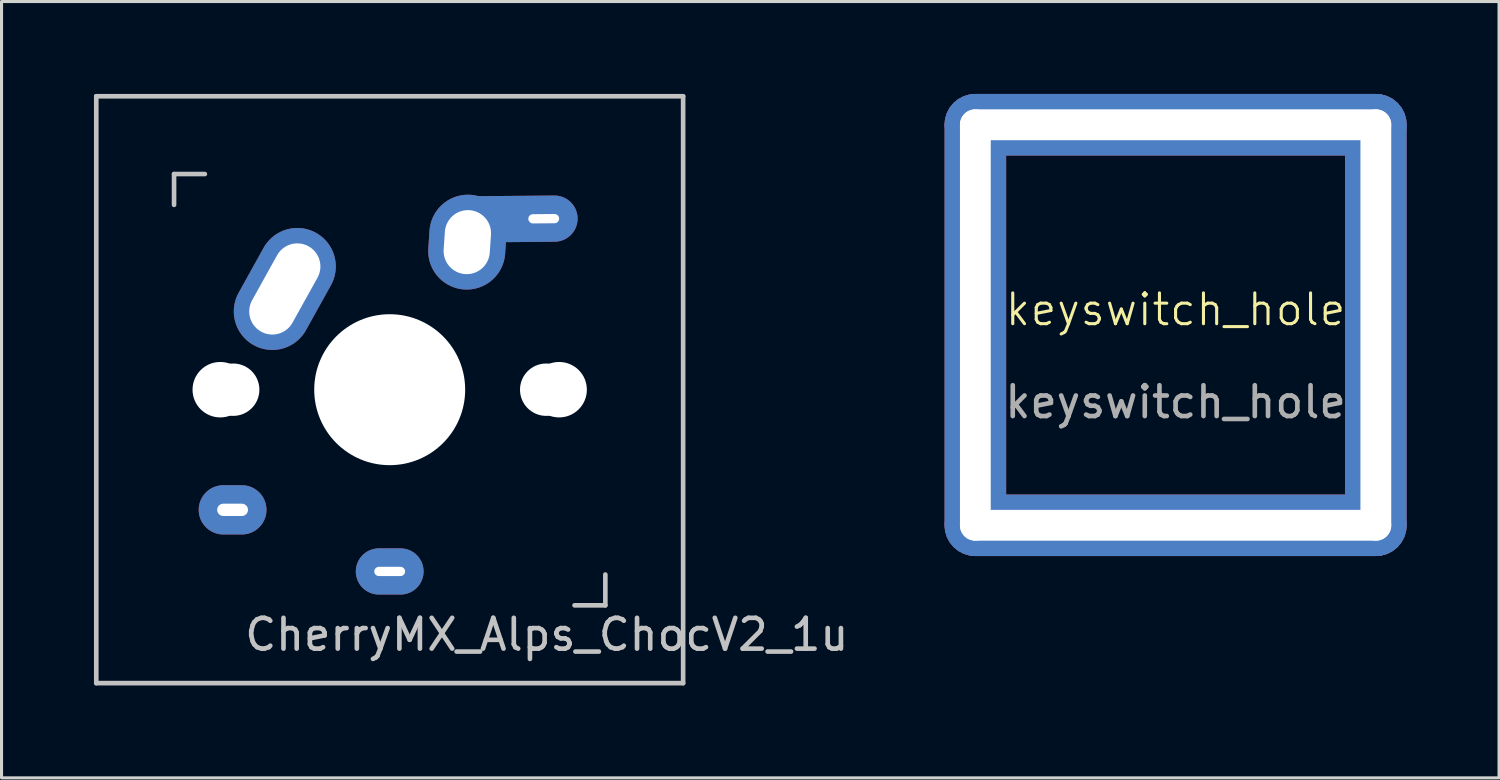
<source format=kicad_pcb>
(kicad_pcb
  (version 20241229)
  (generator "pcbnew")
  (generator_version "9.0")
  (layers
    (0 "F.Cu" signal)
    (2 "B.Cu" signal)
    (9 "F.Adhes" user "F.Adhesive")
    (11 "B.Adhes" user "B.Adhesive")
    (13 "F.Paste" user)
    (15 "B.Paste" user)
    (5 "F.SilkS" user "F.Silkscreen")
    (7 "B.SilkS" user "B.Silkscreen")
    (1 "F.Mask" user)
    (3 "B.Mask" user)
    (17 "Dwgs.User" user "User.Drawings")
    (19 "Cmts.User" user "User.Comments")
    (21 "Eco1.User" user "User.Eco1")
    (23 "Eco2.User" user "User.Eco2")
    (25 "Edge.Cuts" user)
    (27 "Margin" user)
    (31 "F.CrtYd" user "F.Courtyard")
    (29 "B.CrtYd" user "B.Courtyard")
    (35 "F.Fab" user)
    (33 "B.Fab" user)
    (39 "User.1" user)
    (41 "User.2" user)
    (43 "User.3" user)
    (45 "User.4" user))
  (footprint "CherryMX_Alps_ChocV2_1u"
    (layer "F.Cu")
    (at 9.6 9.6)
    (property "Reference" "CherryMX_Alps_ChocV2_1u" (at 5.1 7.95 180) (layer "Dwgs.User") (effects (font (size 1 1) (thickness 0.15))))
    (attr through_hole)
    (fp_line (start -9.525 -9.525) (end 9.525 -9.525) (stroke (width 0.15) (type solid)) (layer "Dwgs.User"))
    (fp_line (start -9.525 9.525) (end -9.525 -9.525) (stroke (width 0.15) (type solid)) (layer "Dwgs.User"))
    (fp_line (start -7 -7) (end -6 -7) (stroke (width 0.15) (type solid)) (layer "Dwgs.User"))
    (fp_line (start -7 -6) (end -7 -7) (stroke (width 0.15) (type solid)) (layer "Dwgs.User"))
    (fp_line (start 6 7) (end 7 7) (stroke (width 0.15) (type solid)) (layer "Dwgs.User"))
    (fp_line (start 7 7) (end 7 6) (stroke (width 0.15) (type solid)) (layer "Dwgs.User"))
    (fp_line (start 9.525 -9.525) (end 9.525 9.525) (stroke (width 0.15) (type solid)) (layer "Dwgs.User"))
    (fp_line (start 9.525 9.525) (end -9.525 9.525) (stroke (width 0.15) (type solid)) (layer "Dwgs.User"))
    (pad "" np_thru_hole circle (at -5.5 0 90) (size 1.8 1.8) (drill 1.8) (layers "*.Cu" "*.Mask"))
    (pad "" np_thru_hole circle (at -5.08 0) (size 1.7 1.7) (drill 1.7) (layers "*.Cu" "*.Mask"))
    (pad "" np_thru_hole circle (at 0 0 90) (size 4.9 4.9) (drill 4.9) (layers "*.Cu" "*.Mask"))
    (pad "" np_thru_hole circle (at 5.08 0) (size 1.7 1.7) (drill 1.7) (layers "*.Cu" "*.Mask"))
    (pad "" np_thru_hole circle (at 5.5 0 90) (size 1.8 1.8) (drill 1.8) (layers "*.Cu" "*.Mask"))
    (pad "1" thru_hole oval (at -5.1 3.9) (size 2.2 1.6) (drill oval 1 0.4) (layers "*.Cu" "B.Mask"))
    (pad "1" thru_hole oval (at -3.405 -3.27 330.95) (size 2.5 4.17) (drill oval 1.5 3.17) (layers "*.Cu" "B.Mask"))
    (pad "2" thru_hole oval (at 0 5.9) (size 2.2 1.5) (drill oval 1 0.3) (layers "*.Cu" "B.Mask"))
    (pad "2" thru_hole oval (at 2.52 -4.79 356.1) (size 2.5 3.08) (drill oval 1.5 2.08) (layers "*.Cu" "B.Mask"))
    (pad "2" thru_hole oval (at 5 -5.55 0.5) (size 4.4 1.5) (drill oval 1 0.3 (offset -1.1 0)) (layers "*.Cu" "B.Mask")))
  (footprint "keyswitch_hole"
    (layer "F.Cu")
    (at 35.111 7.5)
    (property "Reference" "keyswitch_hole" (at 0 -0.5 0) (unlocked yes) (layer "F.SilkS") (effects (font (size 1 1) (thickness 0.1))))
    (attr through_hole)
    (fp_text user "${REFERENCE}" (at 0 2.5 0) (unlocked yes) (layer "F.Fab") (effects (font (size 1 1) (thickness 0.15))))
    (pad "" np_thru_hole roundrect (at -6.5 0 90) (size 15 2) (drill oval 14 1) (layers "*.Cu" "*.Mask") (roundrect_rratio 0.5))
    (pad "" np_thru_hole roundrect (at 0 -6.5) (size 15 2) (drill oval 14 1) (layers "*.Cu" "*.Mask") (roundrect_rratio 0.5))
    (pad "" np_thru_hole roundrect (at 0 6.5) (size 15 2) (drill oval 14 1) (layers "*.Cu" "*.Mask") (roundrect_rratio 0.5))
    (pad "" np_thru_hole roundrect (at 6.5 0 90) (size 15 2) (drill oval 14 1) (layers "*.Cu" "*.Mask") (roundrect_rratio 0.5)))
  (gr_rect
    (start -3 -3)
    (end 45.611 22.2)
    (stroke (width 0.1) (type default))
    (fill no)
    (layer "Edge.Cuts")))
</source>
